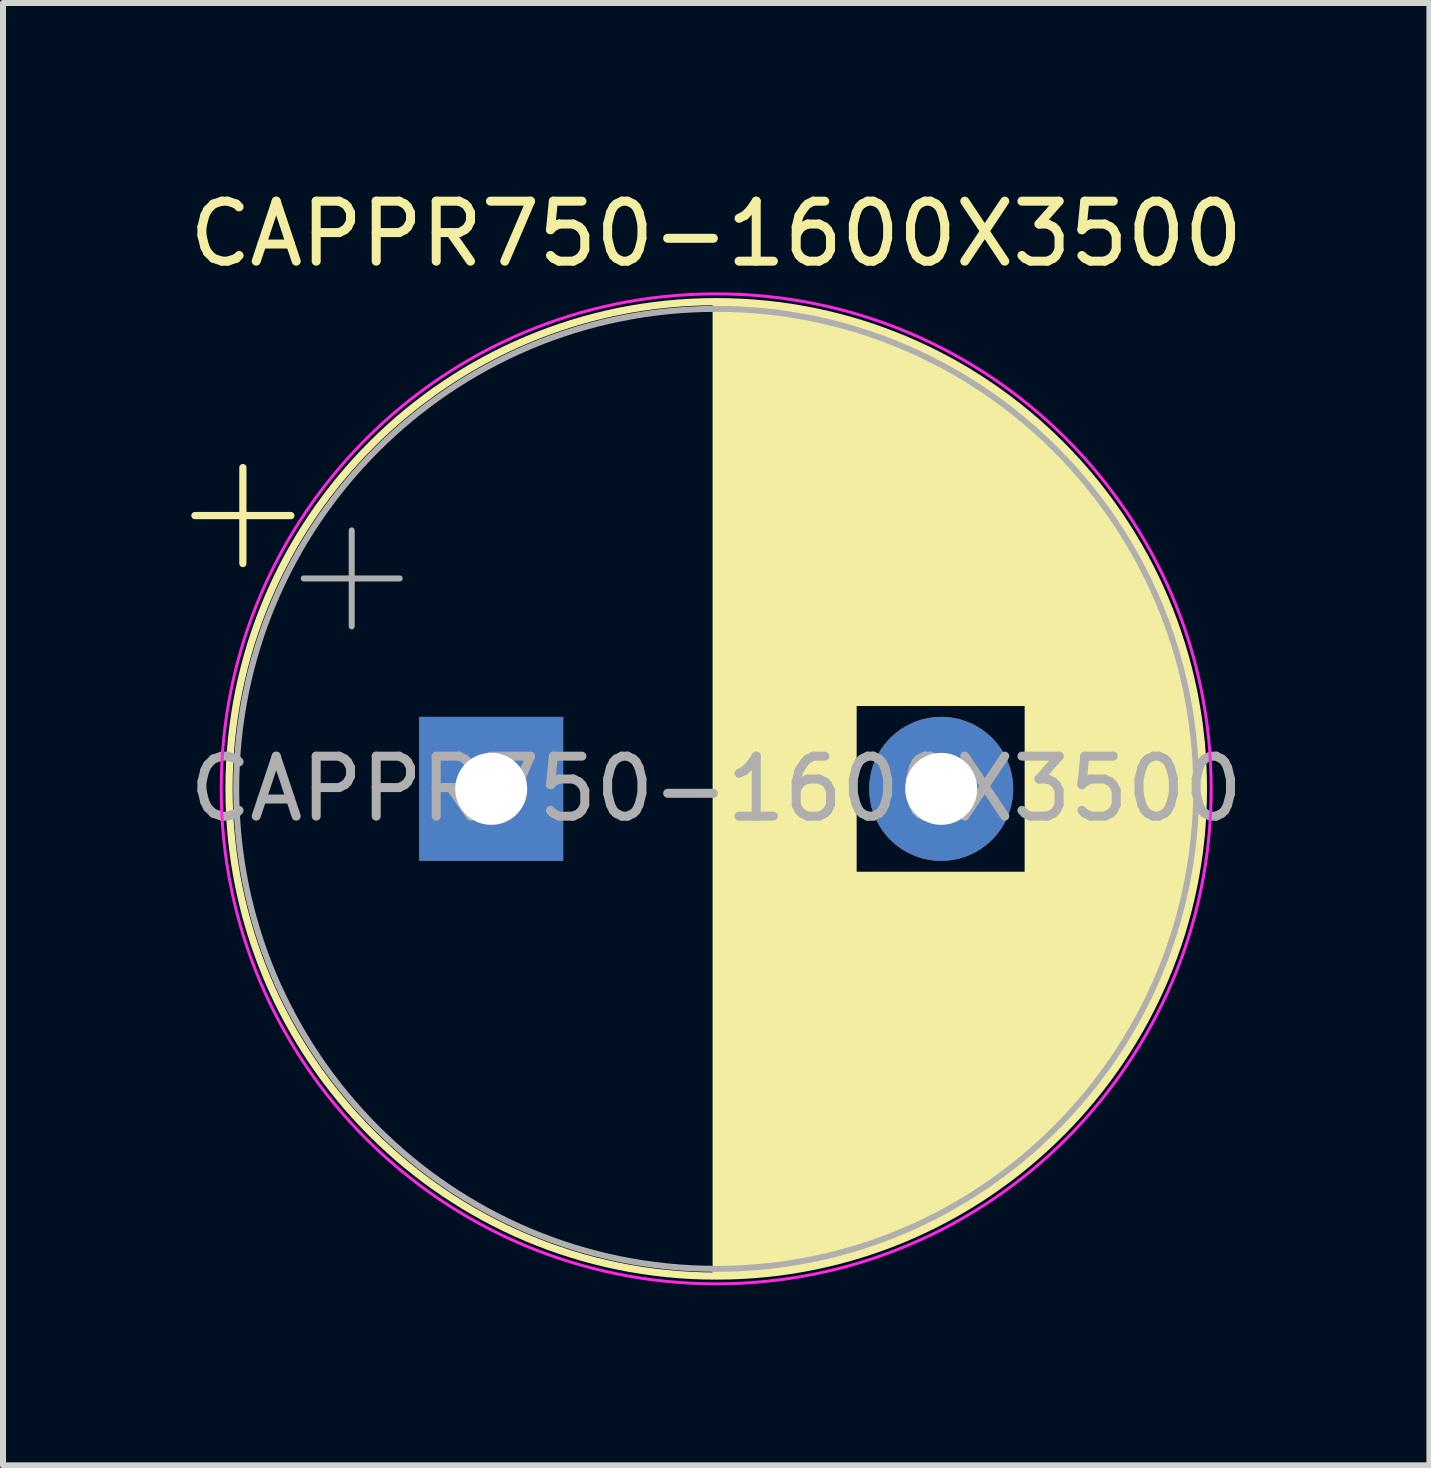
<source format=kicad_pcb>
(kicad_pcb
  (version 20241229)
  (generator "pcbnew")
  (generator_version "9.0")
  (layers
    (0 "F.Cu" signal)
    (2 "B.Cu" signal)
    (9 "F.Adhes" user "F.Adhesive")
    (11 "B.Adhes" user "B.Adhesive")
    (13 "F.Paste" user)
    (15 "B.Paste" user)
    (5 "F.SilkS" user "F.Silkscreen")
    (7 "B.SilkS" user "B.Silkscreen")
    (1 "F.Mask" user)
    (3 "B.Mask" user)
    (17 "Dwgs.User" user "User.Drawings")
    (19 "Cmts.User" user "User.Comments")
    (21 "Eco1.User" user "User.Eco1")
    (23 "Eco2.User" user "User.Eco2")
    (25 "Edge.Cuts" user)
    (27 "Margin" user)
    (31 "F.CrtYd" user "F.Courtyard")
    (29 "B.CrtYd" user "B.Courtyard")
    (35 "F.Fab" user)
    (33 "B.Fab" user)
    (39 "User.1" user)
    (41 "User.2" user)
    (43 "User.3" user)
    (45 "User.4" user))
  (footprint "CAPPR750-1600X3500"
    (layer "F.Cu")
    (at 5.137 10.098)
    (property "Reference" "CAPPR750-1600X3500" (at 3.75 -9.25 0) (layer "F.SilkS") (effects (font (size 1 1) (thickness 0.15))))
    (attr through_hole)
    (fp_line (start -4.939 -4.555) (end -3.339 -4.555) (stroke (width 0.12) (type solid)) (layer "F.SilkS"))
    (fp_line (start -4.139 -5.355) (end -4.139 -3.755) (stroke (width 0.12) (type solid)) (layer "F.SilkS"))
    (fp_line (start 3.75 -8.081) (end 3.75 8.081) (stroke (width 0.12) (type solid)) (layer "F.SilkS"))
    (fp_line (start 3.79 -8.08) (end 3.79 8.08) (stroke (width 0.12) (type solid)) (layer "F.SilkS"))
    (fp_line (start 3.83 -8.08) (end 3.83 8.08) (stroke (width 0.12) (type solid)) (layer "F.SilkS"))
    (fp_line (start 3.87 -8.08) (end 3.87 8.08) (stroke (width 0.12) (type solid)) (layer "F.SilkS"))
    (fp_line (start 3.91 -8.079) (end 3.91 8.079) (stroke (width 0.12) (type solid)) (layer "F.SilkS"))
    (fp_line (start 3.95 -8.078) (end 3.95 8.078) (stroke (width 0.12) (type solid)) (layer "F.SilkS"))
    (fp_line (start 3.99 -8.077) (end 3.99 8.077) (stroke (width 0.12) (type solid)) (layer "F.SilkS"))
    (fp_line (start 4.03 -8.076) (end 4.03 8.076) (stroke (width 0.12) (type solid)) (layer "F.SilkS"))
    (fp_line (start 4.07 -8.074) (end 4.07 8.074) (stroke (width 0.12) (type solid)) (layer "F.SilkS"))
    (fp_line (start 4.11 -8.073) (end 4.11 8.073) (stroke (width 0.12) (type solid)) (layer "F.SilkS"))
    (fp_line (start 4.15 -8.071) (end 4.15 8.071) (stroke (width 0.12) (type solid)) (layer "F.SilkS"))
    (fp_line (start 4.19 -8.069) (end 4.19 8.069) (stroke (width 0.12) (type solid)) (layer "F.SilkS"))
    (fp_line (start 4.23 -8.066) (end 4.23 8.066) (stroke (width 0.12) (type solid)) (layer "F.SilkS"))
    (fp_line (start 4.27 -8.064) (end 4.27 8.064) (stroke (width 0.12) (type solid)) (layer "F.SilkS"))
    (fp_line (start 4.31 -8.061) (end 4.31 8.061) (stroke (width 0.12) (type solid)) (layer "F.SilkS"))
    (fp_line (start 4.35 -8.058) (end 4.35 8.058) (stroke (width 0.12) (type solid)) (layer "F.SilkS"))
    (fp_line (start 4.39 -8.055) (end 4.39 8.055) (stroke (width 0.12) (type solid)) (layer "F.SilkS"))
    (fp_line (start 4.43 -8.052) (end 4.43 8.052) (stroke (width 0.12) (type solid)) (layer "F.SilkS"))
    (fp_line (start 4.471 -8.049) (end 4.471 8.049) (stroke (width 0.12) (type solid)) (layer "F.SilkS"))
    (fp_line (start 4.511 -8.045) (end 4.511 8.045) (stroke (width 0.12) (type solid)) (layer "F.SilkS"))
    (fp_line (start 4.551 -8.041) (end 4.551 8.041) (stroke (width 0.12) (type solid)) (layer "F.SilkS"))
    (fp_line (start 4.591 -8.037) (end 4.591 8.037) (stroke (width 0.12) (type solid)) (layer "F.SilkS"))
    (fp_line (start 4.631 -8.033) (end 4.631 8.033) (stroke (width 0.12) (type solid)) (layer "F.SilkS"))
    (fp_line (start 4.671 -8.028) (end 4.671 8.028) (stroke (width 0.12) (type solid)) (layer "F.SilkS"))
    (fp_line (start 4.711 -8.024) (end 4.711 8.024) (stroke (width 0.12) (type solid)) (layer "F.SilkS"))
    (fp_line (start 4.751 -8.019) (end 4.751 8.019) (stroke (width 0.12) (type solid)) (layer "F.SilkS"))
    (fp_line (start 4.791 -8.014) (end 4.791 8.014) (stroke (width 0.12) (type solid)) (layer "F.SilkS"))
    (fp_line (start 4.831 -8.008) (end 4.831 8.008) (stroke (width 0.12) (type solid)) (layer "F.SilkS"))
    (fp_line (start 4.871 -8.003) (end 4.871 8.003) (stroke (width 0.12) (type solid)) (layer "F.SilkS"))
    (fp_line (start 4.911 -7.997) (end 4.911 7.997) (stroke (width 0.12) (type solid)) (layer "F.SilkS"))
    (fp_line (start 4.951 -7.991) (end 4.951 7.991) (stroke (width 0.12) (type solid)) (layer "F.SilkS"))
    (fp_line (start 4.991 -7.985) (end 4.991 7.985) (stroke (width 0.12) (type solid)) (layer "F.SilkS"))
    (fp_line (start 5.031 -7.979) (end 5.031 7.979) (stroke (width 0.12) (type solid)) (layer "F.SilkS"))
    (fp_line (start 5.071 -7.972) (end 5.071 7.972) (stroke (width 0.12) (type solid)) (layer "F.SilkS"))
    (fp_line (start 5.111 -7.966) (end 5.111 7.966) (stroke (width 0.12) (type solid)) (layer "F.SilkS"))
    (fp_line (start 5.151 -7.959) (end 5.151 7.959) (stroke (width 0.12) (type solid)) (layer "F.SilkS"))
    (fp_line (start 5.191 -7.952) (end 5.191 7.952) (stroke (width 0.12) (type solid)) (layer "F.SilkS"))
    (fp_line (start 5.231 -7.944) (end 5.231 7.944) (stroke (width 0.12) (type solid)) (layer "F.SilkS"))
    (fp_line (start 5.271 -7.937) (end 5.271 7.937) (stroke (width 0.12) (type solid)) (layer "F.SilkS"))
    (fp_line (start 5.311 -7.929) (end 5.311 7.929) (stroke (width 0.12) (type solid)) (layer "F.SilkS"))
    (fp_line (start 5.351 -7.921) (end 5.351 7.921) (stroke (width 0.12) (type solid)) (layer "F.SilkS"))
    (fp_line (start 5.391 -7.913) (end 5.391 7.913) (stroke (width 0.12) (type solid)) (layer "F.SilkS"))
    (fp_line (start 5.431 -7.905) (end 5.431 7.905) (stroke (width 0.12) (type solid)) (layer "F.SilkS"))
    (fp_line (start 5.471 -7.896) (end 5.471 7.896) (stroke (width 0.12) (type solid)) (layer "F.SilkS"))
    (fp_line (start 5.511 -7.887) (end 5.511 7.887) (stroke (width 0.12) (type solid)) (layer "F.SilkS"))
    (fp_line (start 5.551 -7.878) (end 5.551 7.878) (stroke (width 0.12) (type solid)) (layer "F.SilkS"))
    (fp_line (start 5.591 -7.869) (end 5.591 7.869) (stroke (width 0.12) (type solid)) (layer "F.SilkS"))
    (fp_line (start 5.631 -7.86) (end 5.631 7.86) (stroke (width 0.12) (type solid)) (layer "F.SilkS"))
    (fp_line (start 5.671 -7.85) (end 5.671 7.85) (stroke (width 0.12) (type solid)) (layer "F.SilkS"))
    (fp_line (start 5.711 -7.84) (end 5.711 7.84) (stroke (width 0.12) (type solid)) (layer "F.SilkS"))
    (fp_line (start 5.751 -7.83) (end 5.751 7.83) (stroke (width 0.12) (type solid)) (layer "F.SilkS"))
    (fp_line (start 5.791 -7.82) (end 5.791 7.82) (stroke (width 0.12) (type solid)) (layer "F.SilkS"))
    (fp_line (start 5.831 -7.81) (end 5.831 7.81) (stroke (width 0.12) (type solid)) (layer "F.SilkS"))
    (fp_line (start 5.871 -7.799) (end 5.871 7.799) (stroke (width 0.12) (type solid)) (layer "F.SilkS"))
    (fp_line (start 5.911 -7.788) (end 5.911 7.788) (stroke (width 0.12) (type solid)) (layer "F.SilkS"))
    (fp_line (start 5.951 -7.777) (end 5.951 7.777) (stroke (width 0.12) (type solid)) (layer "F.SilkS"))
    (fp_line (start 5.991 -7.765) (end 5.991 7.765) (stroke (width 0.12) (type solid)) (layer "F.SilkS"))
    (fp_line (start 6.031 -7.754) (end 6.031 7.754) (stroke (width 0.12) (type solid)) (layer "F.SilkS"))
    (fp_line (start 6.071 -7.742) (end 6.071 -1.44) (stroke (width 0.12) (type solid)) (layer "F.SilkS"))
    (fp_line (start 6.071 1.44) (end 6.071 7.742) (stroke (width 0.12) (type solid)) (layer "F.SilkS"))
    (fp_line (start 6.111 -7.73) (end 6.111 -1.44) (stroke (width 0.12) (type solid)) (layer "F.SilkS"))
    (fp_line (start 6.111 1.44) (end 6.111 7.73) (stroke (width 0.12) (type solid)) (layer "F.SilkS"))
    (fp_line (start 6.151 -7.718) (end 6.151 -1.44) (stroke (width 0.12) (type solid)) (layer "F.SilkS"))
    (fp_line (start 6.151 1.44) (end 6.151 7.718) (stroke (width 0.12) (type solid)) (layer "F.SilkS"))
    (fp_line (start 6.191 -7.705) (end 6.191 -1.44) (stroke (width 0.12) (type solid)) (layer "F.SilkS"))
    (fp_line (start 6.191 1.44) (end 6.191 7.705) (stroke (width 0.12) (type solid)) (layer "F.SilkS"))
    (fp_line (start 6.231 -7.693) (end 6.231 -1.44) (stroke (width 0.12) (type solid)) (layer "F.SilkS"))
    (fp_line (start 6.231 1.44) (end 6.231 7.693) (stroke (width 0.12) (type solid)) (layer "F.SilkS"))
    (fp_line (start 6.271 -7.68) (end 6.271 -1.44) (stroke (width 0.12) (type solid)) (layer "F.SilkS"))
    (fp_line (start 6.271 1.44) (end 6.271 7.68) (stroke (width 0.12) (type solid)) (layer "F.SilkS"))
    (fp_line (start 6.311 -7.666) (end 6.311 -1.44) (stroke (width 0.12) (type solid)) (layer "F.SilkS"))
    (fp_line (start 6.311 1.44) (end 6.311 7.666) (stroke (width 0.12) (type solid)) (layer "F.SilkS"))
    (fp_line (start 6.351 -7.653) (end 6.351 -1.44) (stroke (width 0.12) (type solid)) (layer "F.SilkS"))
    (fp_line (start 6.351 1.44) (end 6.351 7.653) (stroke (width 0.12) (type solid)) (layer "F.SilkS"))
    (fp_line (start 6.391 -7.639) (end 6.391 -1.44) (stroke (width 0.12) (type solid)) (layer "F.SilkS"))
    (fp_line (start 6.391 1.44) (end 6.391 7.639) (stroke (width 0.12) (type solid)) (layer "F.SilkS"))
    (fp_line (start 6.431 -7.625) (end 6.431 -1.44) (stroke (width 0.12) (type solid)) (layer "F.SilkS"))
    (fp_line (start 6.431 1.44) (end 6.431 7.625) (stroke (width 0.12) (type solid)) (layer "F.SilkS"))
    (fp_line (start 6.471 -7.611) (end 6.471 -1.44) (stroke (width 0.12) (type solid)) (layer "F.SilkS"))
    (fp_line (start 6.471 1.44) (end 6.471 7.611) (stroke (width 0.12) (type solid)) (layer "F.SilkS"))
    (fp_line (start 6.511 -7.597) (end 6.511 -1.44) (stroke (width 0.12) (type solid)) (layer "F.SilkS"))
    (fp_line (start 6.511 1.44) (end 6.511 7.597) (stroke (width 0.12) (type solid)) (layer "F.SilkS"))
    (fp_line (start 6.551 -7.582) (end 6.551 -1.44) (stroke (width 0.12) (type solid)) (layer "F.SilkS"))
    (fp_line (start 6.551 1.44) (end 6.551 7.582) (stroke (width 0.12) (type solid)) (layer "F.SilkS"))
    (fp_line (start 6.591 -7.568) (end 6.591 -1.44) (stroke (width 0.12) (type solid)) (layer "F.SilkS"))
    (fp_line (start 6.591 1.44) (end 6.591 7.568) (stroke (width 0.12) (type solid)) (layer "F.SilkS"))
    (fp_line (start 6.631 -7.553) (end 6.631 -1.44) (stroke (width 0.12) (type solid)) (layer "F.SilkS"))
    (fp_line (start 6.631 1.44) (end 6.631 7.553) (stroke (width 0.12) (type solid)) (layer "F.SilkS"))
    (fp_line (start 6.671 -7.537) (end 6.671 -1.44) (stroke (width 0.12) (type solid)) (layer "F.SilkS"))
    (fp_line (start 6.671 1.44) (end 6.671 7.537) (stroke (width 0.12) (type solid)) (layer "F.SilkS"))
    (fp_line (start 6.711 -7.522) (end 6.711 -1.44) (stroke (width 0.12) (type solid)) (layer "F.SilkS"))
    (fp_line (start 6.711 1.44) (end 6.711 7.522) (stroke (width 0.12) (type solid)) (layer "F.SilkS"))
    (fp_line (start 6.751 -7.506) (end 6.751 -1.44) (stroke (width 0.12) (type solid)) (layer "F.SilkS"))
    (fp_line (start 6.751 1.44) (end 6.751 7.506) (stroke (width 0.12) (type solid)) (layer "F.SilkS"))
    (fp_line (start 6.791 -7.49) (end 6.791 -1.44) (stroke (width 0.12) (type solid)) (layer "F.SilkS"))
    (fp_line (start 6.791 1.44) (end 6.791 7.49) (stroke (width 0.12) (type solid)) (layer "F.SilkS"))
    (fp_line (start 6.831 -7.474) (end 6.831 -1.44) (stroke (width 0.12) (type solid)) (layer "F.SilkS"))
    (fp_line (start 6.831 1.44) (end 6.831 7.474) (stroke (width 0.12) (type solid)) (layer "F.SilkS"))
    (fp_line (start 6.871 -7.457) (end 6.871 -1.44) (stroke (width 0.12) (type solid)) (layer "F.SilkS"))
    (fp_line (start 6.871 1.44) (end 6.871 7.457) (stroke (width 0.12) (type solid)) (layer "F.SilkS"))
    (fp_line (start 6.911 -7.44) (end 6.911 -1.44) (stroke (width 0.12) (type solid)) (layer "F.SilkS"))
    (fp_line (start 6.911 1.44) (end 6.911 7.44) (stroke (width 0.12) (type solid)) (layer "F.SilkS"))
    (fp_line (start 6.951 -7.423) (end 6.951 -1.44) (stroke (width 0.12) (type solid)) (layer "F.SilkS"))
    (fp_line (start 6.951 1.44) (end 6.951 7.423) (stroke (width 0.12) (type solid)) (layer "F.SilkS"))
    (fp_line (start 6.991 -7.406) (end 6.991 -1.44) (stroke (width 0.12) (type solid)) (layer "F.SilkS"))
    (fp_line (start 6.991 1.44) (end 6.991 7.406) (stroke (width 0.12) (type solid)) (layer "F.SilkS"))
    (fp_line (start 7.031 -7.389) (end 7.031 -1.44) (stroke (width 0.12) (type solid)) (layer "F.SilkS"))
    (fp_line (start 7.031 1.44) (end 7.031 7.389) (stroke (width 0.12) (type solid)) (layer "F.SilkS"))
    (fp_line (start 7.071 -7.371) (end 7.071 -1.44) (stroke (width 0.12) (type solid)) (layer "F.SilkS"))
    (fp_line (start 7.071 1.44) (end 7.071 7.371) (stroke (width 0.12) (type solid)) (layer "F.SilkS"))
    (fp_line (start 7.111 -7.353) (end 7.111 -1.44) (stroke (width 0.12) (type solid)) (layer "F.SilkS"))
    (fp_line (start 7.111 1.44) (end 7.111 7.353) (stroke (width 0.12) (type solid)) (layer "F.SilkS"))
    (fp_line (start 7.151 -7.334) (end 7.151 -1.44) (stroke (width 0.12) (type solid)) (layer "F.SilkS"))
    (fp_line (start 7.151 1.44) (end 7.151 7.334) (stroke (width 0.12) (type solid)) (layer "F.SilkS"))
    (fp_line (start 7.191 -7.316) (end 7.191 -1.44) (stroke (width 0.12) (type solid)) (layer "F.SilkS"))
    (fp_line (start 7.191 1.44) (end 7.191 7.316) (stroke (width 0.12) (type solid)) (layer "F.SilkS"))
    (fp_line (start 7.231 -7.297) (end 7.231 -1.44) (stroke (width 0.12) (type solid)) (layer "F.SilkS"))
    (fp_line (start 7.231 1.44) (end 7.231 7.297) (stroke (width 0.12) (type solid)) (layer "F.SilkS"))
    (fp_line (start 7.271 -7.278) (end 7.271 -1.44) (stroke (width 0.12) (type solid)) (layer "F.SilkS"))
    (fp_line (start 7.271 1.44) (end 7.271 7.278) (stroke (width 0.12) (type solid)) (layer "F.SilkS"))
    (fp_line (start 7.311 -7.258) (end 7.311 -1.44) (stroke (width 0.12) (type solid)) (layer "F.SilkS"))
    (fp_line (start 7.311 1.44) (end 7.311 7.258) (stroke (width 0.12) (type solid)) (layer "F.SilkS"))
    (fp_line (start 7.351 -7.239) (end 7.351 -1.44) (stroke (width 0.12) (type solid)) (layer "F.SilkS"))
    (fp_line (start 7.351 1.44) (end 7.351 7.239) (stroke (width 0.12) (type solid)) (layer "F.SilkS"))
    (fp_line (start 7.391 -7.219) (end 7.391 -1.44) (stroke (width 0.12) (type solid)) (layer "F.SilkS"))
    (fp_line (start 7.391 1.44) (end 7.391 7.219) (stroke (width 0.12) (type solid)) (layer "F.SilkS"))
    (fp_line (start 7.431 -7.199) (end 7.431 -1.44) (stroke (width 0.12) (type solid)) (layer "F.SilkS"))
    (fp_line (start 7.431 1.44) (end 7.431 7.199) (stroke (width 0.12) (type solid)) (layer "F.SilkS"))
    (fp_line (start 7.471 -7.178) (end 7.471 -1.44) (stroke (width 0.12) (type solid)) (layer "F.SilkS"))
    (fp_line (start 7.471 1.44) (end 7.471 7.178) (stroke (width 0.12) (type solid)) (layer "F.SilkS"))
    (fp_line (start 7.511 -7.157) (end 7.511 -1.44) (stroke (width 0.12) (type solid)) (layer "F.SilkS"))
    (fp_line (start 7.511 1.44) (end 7.511 7.157) (stroke (width 0.12) (type solid)) (layer "F.SilkS"))
    (fp_line (start 7.551 -7.136) (end 7.551 -1.44) (stroke (width 0.12) (type solid)) (layer "F.SilkS"))
    (fp_line (start 7.551 1.44) (end 7.551 7.136) (stroke (width 0.12) (type solid)) (layer "F.SilkS"))
    (fp_line (start 7.591 -7.115) (end 7.591 -1.44) (stroke (width 0.12) (type solid)) (layer "F.SilkS"))
    (fp_line (start 7.591 1.44) (end 7.591 7.115) (stroke (width 0.12) (type solid)) (layer "F.SilkS"))
    (fp_line (start 7.631 -7.094) (end 7.631 -1.44) (stroke (width 0.12) (type solid)) (layer "F.SilkS"))
    (fp_line (start 7.631 1.44) (end 7.631 7.094) (stroke (width 0.12) (type solid)) (layer "F.SilkS"))
    (fp_line (start 7.671 -7.072) (end 7.671 -1.44) (stroke (width 0.12) (type solid)) (layer "F.SilkS"))
    (fp_line (start 7.671 1.44) (end 7.671 7.072) (stroke (width 0.12) (type solid)) (layer "F.SilkS"))
    (fp_line (start 7.711 -7.049) (end 7.711 -1.44) (stroke (width 0.12) (type solid)) (layer "F.SilkS"))
    (fp_line (start 7.711 1.44) (end 7.711 7.049) (stroke (width 0.12) (type solid)) (layer "F.SilkS"))
    (fp_line (start 7.751 -7.027) (end 7.751 -1.44) (stroke (width 0.12) (type solid)) (layer "F.SilkS"))
    (fp_line (start 7.751 1.44) (end 7.751 7.027) (stroke (width 0.12) (type solid)) (layer "F.SilkS"))
    (fp_line (start 7.791 -7.004) (end 7.791 -1.44) (stroke (width 0.12) (type solid)) (layer "F.SilkS"))
    (fp_line (start 7.791 1.44) (end 7.791 7.004) (stroke (width 0.12) (type solid)) (layer "F.SilkS"))
    (fp_line (start 7.831 -6.981) (end 7.831 -1.44) (stroke (width 0.12) (type solid)) (layer "F.SilkS"))
    (fp_line (start 7.831 1.44) (end 7.831 6.981) (stroke (width 0.12) (type solid)) (layer "F.SilkS"))
    (fp_line (start 7.871 -6.958) (end 7.871 -1.44) (stroke (width 0.12) (type solid)) (layer "F.SilkS"))
    (fp_line (start 7.871 1.44) (end 7.871 6.958) (stroke (width 0.12) (type solid)) (layer "F.SilkS"))
    (fp_line (start 7.911 -6.934) (end 7.911 -1.44) (stroke (width 0.12) (type solid)) (layer "F.SilkS"))
    (fp_line (start 7.911 1.44) (end 7.911 6.934) (stroke (width 0.12) (type solid)) (layer "F.SilkS"))
    (fp_line (start 7.951 -6.91) (end 7.951 -1.44) (stroke (width 0.12) (type solid)) (layer "F.SilkS"))
    (fp_line (start 7.951 1.44) (end 7.951 6.91) (stroke (width 0.12) (type solid)) (layer "F.SilkS"))
    (fp_line (start 7.991 -6.886) (end 7.991 -1.44) (stroke (width 0.12) (type solid)) (layer "F.SilkS"))
    (fp_line (start 7.991 1.44) (end 7.991 6.886) (stroke (width 0.12) (type solid)) (layer "F.SilkS"))
    (fp_line (start 8.031 -6.861) (end 8.031 -1.44) (stroke (width 0.12) (type solid)) (layer "F.SilkS"))
    (fp_line (start 8.031 1.44) (end 8.031 6.861) (stroke (width 0.12) (type solid)) (layer "F.SilkS"))
    (fp_line (start 8.071 -6.836) (end 8.071 -1.44) (stroke (width 0.12) (type solid)) (layer "F.SilkS"))
    (fp_line (start 8.071 1.44) (end 8.071 6.836) (stroke (width 0.12) (type solid)) (layer "F.SilkS"))
    (fp_line (start 8.111 -6.811) (end 8.111 -1.44) (stroke (width 0.12) (type solid)) (layer "F.SilkS"))
    (fp_line (start 8.111 1.44) (end 8.111 6.811) (stroke (width 0.12) (type solid)) (layer "F.SilkS"))
    (fp_line (start 8.151 -6.785) (end 8.151 -1.44) (stroke (width 0.12) (type solid)) (layer "F.SilkS"))
    (fp_line (start 8.151 1.44) (end 8.151 6.785) (stroke (width 0.12) (type solid)) (layer "F.SilkS"))
    (fp_line (start 8.191 -6.759) (end 8.191 -1.44) (stroke (width 0.12) (type solid)) (layer "F.SilkS"))
    (fp_line (start 8.191 1.44) (end 8.191 6.759) (stroke (width 0.12) (type solid)) (layer "F.SilkS"))
    (fp_line (start 8.231 -6.733) (end 8.231 -1.44) (stroke (width 0.12) (type solid)) (layer "F.SilkS"))
    (fp_line (start 8.231 1.44) (end 8.231 6.733) (stroke (width 0.12) (type solid)) (layer "F.SilkS"))
    (fp_line (start 8.271 -6.706) (end 8.271 -1.44) (stroke (width 0.12) (type solid)) (layer "F.SilkS"))
    (fp_line (start 8.271 1.44) (end 8.271 6.706) (stroke (width 0.12) (type solid)) (layer "F.SilkS"))
    (fp_line (start 8.311 -6.679) (end 8.311 -1.44) (stroke (width 0.12) (type solid)) (layer "F.SilkS"))
    (fp_line (start 8.311 1.44) (end 8.311 6.679) (stroke (width 0.12) (type solid)) (layer "F.SilkS"))
    (fp_line (start 8.351 -6.652) (end 8.351 -1.44) (stroke (width 0.12) (type solid)) (layer "F.SilkS"))
    (fp_line (start 8.351 1.44) (end 8.351 6.652) (stroke (width 0.12) (type solid)) (layer "F.SilkS"))
    (fp_line (start 8.391 -6.624) (end 8.391 -1.44) (stroke (width 0.12) (type solid)) (layer "F.SilkS"))
    (fp_line (start 8.391 1.44) (end 8.391 6.624) (stroke (width 0.12) (type solid)) (layer "F.SilkS"))
    (fp_line (start 8.431 -6.596) (end 8.431 -1.44) (stroke (width 0.12) (type solid)) (layer "F.SilkS"))
    (fp_line (start 8.431 1.44) (end 8.431 6.596) (stroke (width 0.12) (type solid)) (layer "F.SilkS"))
    (fp_line (start 8.471 -6.568) (end 8.471 -1.44) (stroke (width 0.12) (type solid)) (layer "F.SilkS"))
    (fp_line (start 8.471 1.44) (end 8.471 6.568) (stroke (width 0.12) (type solid)) (layer "F.SilkS"))
    (fp_line (start 8.511 -6.539) (end 8.511 -1.44) (stroke (width 0.12) (type solid)) (layer "F.SilkS"))
    (fp_line (start 8.511 1.44) (end 8.511 6.539) (stroke (width 0.12) (type solid)) (layer "F.SilkS"))
    (fp_line (start 8.551 -6.51) (end 8.551 -1.44) (stroke (width 0.12) (type solid)) (layer "F.SilkS"))
    (fp_line (start 8.551 1.44) (end 8.551 6.51) (stroke (width 0.12) (type solid)) (layer "F.SilkS"))
    (fp_line (start 8.591 -6.48) (end 8.591 -1.44) (stroke (width 0.12) (type solid)) (layer "F.SilkS"))
    (fp_line (start 8.591 1.44) (end 8.591 6.48) (stroke (width 0.12) (type solid)) (layer "F.SilkS"))
    (fp_line (start 8.631 -6.45) (end 8.631 -1.44) (stroke (width 0.12) (type solid)) (layer "F.SilkS"))
    (fp_line (start 8.631 1.44) (end 8.631 6.45) (stroke (width 0.12) (type solid)) (layer "F.SilkS"))
    (fp_line (start 8.671 -6.42) (end 8.671 -1.44) (stroke (width 0.12) (type solid)) (layer "F.SilkS"))
    (fp_line (start 8.671 1.44) (end 8.671 6.42) (stroke (width 0.12) (type solid)) (layer "F.SilkS"))
    (fp_line (start 8.711 -6.39) (end 8.711 -1.44) (stroke (width 0.12) (type solid)) (layer "F.SilkS"))
    (fp_line (start 8.711 1.44) (end 8.711 6.39) (stroke (width 0.12) (type solid)) (layer "F.SilkS"))
    (fp_line (start 8.751 -6.358) (end 8.751 -1.44) (stroke (width 0.12) (type solid)) (layer "F.SilkS"))
    (fp_line (start 8.751 1.44) (end 8.751 6.358) (stroke (width 0.12) (type solid)) (layer "F.SilkS"))
    (fp_line (start 8.791 -6.327) (end 8.791 -1.44) (stroke (width 0.12) (type solid)) (layer "F.SilkS"))
    (fp_line (start 8.791 1.44) (end 8.791 6.327) (stroke (width 0.12) (type solid)) (layer "F.SilkS"))
    (fp_line (start 8.831 -6.295) (end 8.831 -1.44) (stroke (width 0.12) (type solid)) (layer "F.SilkS"))
    (fp_line (start 8.831 1.44) (end 8.831 6.295) (stroke (width 0.12) (type solid)) (layer "F.SilkS"))
    (fp_line (start 8.871 -6.263) (end 8.871 -1.44) (stroke (width 0.12) (type solid)) (layer "F.SilkS"))
    (fp_line (start 8.871 1.44) (end 8.871 6.263) (stroke (width 0.12) (type solid)) (layer "F.SilkS"))
    (fp_line (start 8.911 -6.23) (end 8.911 -1.44) (stroke (width 0.12) (type solid)) (layer "F.SilkS"))
    (fp_line (start 8.911 1.44) (end 8.911 6.23) (stroke (width 0.12) (type solid)) (layer "F.SilkS"))
    (fp_line (start 8.951 -6.197) (end 8.951 6.197) (stroke (width 0.12) (type solid)) (layer "F.SilkS"))
    (fp_line (start 8.991 -6.163) (end 8.991 6.163) (stroke (width 0.12) (type solid)) (layer "F.SilkS"))
    (fp_line (start 9.031 -6.129) (end 9.031 6.129) (stroke (width 0.12) (type solid)) (layer "F.SilkS"))
    (fp_line (start 9.071 -6.095) (end 9.071 6.095) (stroke (width 0.12) (type solid)) (layer "F.SilkS"))
    (fp_line (start 9.111 -6.06) (end 9.111 6.06) (stroke (width 0.12) (type solid)) (layer "F.SilkS"))
    (fp_line (start 9.151 -6.025) (end 9.151 6.025) (stroke (width 0.12) (type solid)) (layer "F.SilkS"))
    (fp_line (start 9.191 -5.989) (end 9.191 5.989) (stroke (width 0.12) (type solid)) (layer "F.SilkS"))
    (fp_line (start 9.231 -5.952) (end 9.231 5.952) (stroke (width 0.12) (type solid)) (layer "F.SilkS"))
    (fp_line (start 9.271 -5.916) (end 9.271 5.916) (stroke (width 0.12) (type solid)) (layer "F.SilkS"))
    (fp_line (start 9.311 -5.878) (end 9.311 5.878) (stroke (width 0.12) (type solid)) (layer "F.SilkS"))
    (fp_line (start 9.351 -5.84) (end 9.351 5.84) (stroke (width 0.12) (type solid)) (layer "F.SilkS"))
    (fp_line (start 9.391 -5.802) (end 9.391 5.802) (stroke (width 0.12) (type solid)) (layer "F.SilkS"))
    (fp_line (start 9.431 -5.763) (end 9.431 5.763) (stroke (width 0.12) (type solid)) (layer "F.SilkS"))
    (fp_line (start 9.471 -5.724) (end 9.471 5.724) (stroke (width 0.12) (type solid)) (layer "F.SilkS"))
    (fp_line (start 9.511 -5.684) (end 9.511 5.684) (stroke (width 0.12) (type solid)) (layer "F.SilkS"))
    (fp_line (start 9.551 -5.643) (end 9.551 5.643) (stroke (width 0.12) (type solid)) (layer "F.SilkS"))
    (fp_line (start 9.591 -5.602) (end 9.591 5.602) (stroke (width 0.12) (type solid)) (layer "F.SilkS"))
    (fp_line (start 9.631 -5.56) (end 9.631 5.56) (stroke (width 0.12) (type solid)) (layer "F.SilkS"))
    (fp_line (start 9.671 -5.518) (end 9.671 5.518) (stroke (width 0.12) (type solid)) (layer "F.SilkS"))
    (fp_line (start 9.711 -5.475) (end 9.711 5.475) (stroke (width 0.12) (type solid)) (layer "F.SilkS"))
    (fp_line (start 9.751 -5.432) (end 9.751 5.432) (stroke (width 0.12) (type solid)) (layer "F.SilkS"))
    (fp_line (start 9.791 -5.388) (end 9.791 5.388) (stroke (width 0.12) (type solid)) (layer "F.SilkS"))
    (fp_line (start 9.831 -5.343) (end 9.831 5.343) (stroke (width 0.12) (type solid)) (layer "F.SilkS"))
    (fp_line (start 9.871 -5.297) (end 9.871 5.297) (stroke (width 0.12) (type solid)) (layer "F.SilkS"))
    (fp_line (start 9.911 -5.251) (end 9.911 5.251) (stroke (width 0.12) (type solid)) (layer "F.SilkS"))
    (fp_line (start 9.951 -5.204) (end 9.951 5.204) (stroke (width 0.12) (type solid)) (layer "F.SilkS"))
    (fp_line (start 9.991 -5.156) (end 9.991 5.156) (stroke (width 0.12) (type solid)) (layer "F.SilkS"))
    (fp_line (start 10.031 -5.108) (end 10.031 5.108) (stroke (width 0.12) (type solid)) (layer "F.SilkS"))
    (fp_line (start 10.071 -5.059) (end 10.071 5.059) (stroke (width 0.12) (type solid)) (layer "F.SilkS"))
    (fp_line (start 10.111 -5.009) (end 10.111 5.009) (stroke (width 0.12) (type solid)) (layer "F.SilkS"))
    (fp_line (start 10.151 -4.958) (end 10.151 4.958) (stroke (width 0.12) (type solid)) (layer "F.SilkS"))
    (fp_line (start 10.191 -4.906) (end 10.191 4.906) (stroke (width 0.12) (type solid)) (layer "F.SilkS"))
    (fp_line (start 10.231 -4.854) (end 10.231 4.854) (stroke (width 0.12) (type solid)) (layer "F.SilkS"))
    (fp_line (start 10.271 -4.8) (end 10.271 4.8) (stroke (width 0.12) (type solid)) (layer "F.SilkS"))
    (fp_line (start 10.311 -4.746) (end 10.311 4.746) (stroke (width 0.12) (type solid)) (layer "F.SilkS"))
    (fp_line (start 10.351 -4.691) (end 10.351 4.691) (stroke (width 0.12) (type solid)) (layer "F.SilkS"))
    (fp_line (start 10.391 -4.634) (end 10.391 4.634) (stroke (width 0.12) (type solid)) (layer "F.SilkS"))
    (fp_line (start 10.431 -4.577) (end 10.431 4.577) (stroke (width 0.12) (type solid)) (layer "F.SilkS"))
    (fp_line (start 10.471 -4.519) (end 10.471 4.519) (stroke (width 0.12) (type solid)) (layer "F.SilkS"))
    (fp_line (start 10.511 -4.459) (end 10.511 4.459) (stroke (width 0.12) (type solid)) (layer "F.SilkS"))
    (fp_line (start 10.551 -4.398) (end 10.551 4.398) (stroke (width 0.12) (type solid)) (layer "F.SilkS"))
    (fp_line (start 10.591 -4.336) (end 10.591 4.336) (stroke (width 0.12) (type solid)) (layer "F.SilkS"))
    (fp_line (start 10.631 -4.273) (end 10.631 4.273) (stroke (width 0.12) (type solid)) (layer "F.SilkS"))
    (fp_line (start 10.671 -4.209) (end 10.671 4.209) (stroke (width 0.12) (type solid)) (layer "F.SilkS"))
    (fp_line (start 10.711 -4.143) (end 10.711 4.143) (stroke (width 0.12) (type solid)) (layer "F.SilkS"))
    (fp_line (start 10.751 -4.076) (end 10.751 4.076) (stroke (width 0.12) (type solid)) (layer "F.SilkS"))
    (fp_line (start 10.791 -4.007) (end 10.791 4.007) (stroke (width 0.12) (type solid)) (layer "F.SilkS"))
    (fp_line (start 10.831 -3.936) (end 10.831 3.936) (stroke (width 0.12) (type solid)) (layer "F.SilkS"))
    (fp_line (start 10.871 -3.864) (end 10.871 3.864) (stroke (width 0.12) (type solid)) (layer "F.SilkS"))
    (fp_line (start 10.911 -3.79) (end 10.911 3.79) (stroke (width 0.12) (type solid)) (layer "F.SilkS"))
    (fp_line (start 10.951 -3.715) (end 10.951 3.715) (stroke (width 0.12) (type solid)) (layer "F.SilkS"))
    (fp_line (start 10.991 -3.637) (end 10.991 3.637) (stroke (width 0.12) (type solid)) (layer "F.SilkS"))
    (fp_line (start 11.031 -3.557) (end 11.031 3.557) (stroke (width 0.12) (type solid)) (layer "F.SilkS"))
    (fp_line (start 11.071 -3.475) (end 11.071 3.475) (stroke (width 0.12) (type solid)) (layer "F.SilkS"))
    (fp_line (start 11.111 -3.39) (end 11.111 3.39) (stroke (width 0.12) (type solid)) (layer "F.SilkS"))
    (fp_line (start 11.151 -3.303) (end 11.151 3.303) (stroke (width 0.12) (type solid)) (layer "F.SilkS"))
    (fp_line (start 11.191 -3.213) (end 11.191 3.213) (stroke (width 0.12) (type solid)) (layer "F.SilkS"))
    (fp_line (start 11.231 -3.12) (end 11.231 3.12) (stroke (width 0.12) (type solid)) (layer "F.SilkS"))
    (fp_line (start 11.271 -3.024) (end 11.271 3.024) (stroke (width 0.12) (type solid)) (layer "F.SilkS"))
    (fp_line (start 11.311 -2.924) (end 11.311 2.924) (stroke (width 0.12) (type solid)) (layer "F.SilkS"))
    (fp_line (start 11.351 -2.82) (end 11.351 2.82) (stroke (width 0.12) (type solid)) (layer "F.SilkS"))
    (fp_line (start 11.391 -2.711) (end 11.391 2.711) (stroke (width 0.12) (type solid)) (layer "F.SilkS"))
    (fp_line (start 11.431 -2.597) (end 11.431 2.597) (stroke (width 0.12) (type solid)) (layer "F.SilkS"))
    (fp_line (start 11.471 -2.478) (end 11.471 2.478) (stroke (width 0.12) (type solid)) (layer "F.SilkS"))
    (fp_line (start 11.511 -2.351) (end 11.511 2.351) (stroke (width 0.12) (type solid)) (layer "F.SilkS"))
    (fp_line (start 11.551 -2.218) (end 11.551 2.218) (stroke (width 0.12) (type solid)) (layer "F.SilkS"))
    (fp_line (start 11.591 -2.074) (end 11.591 2.074) (stroke (width 0.12) (type solid)) (layer "F.SilkS"))
    (fp_line (start 11.631 -1.92) (end 11.631 1.92) (stroke (width 0.12) (type solid)) (layer "F.SilkS"))
    (fp_line (start 11.671 -1.752) (end 11.671 1.752) (stroke (width 0.12) (type solid)) (layer "F.SilkS"))
    (fp_line (start 11.711 -1.564) (end 11.711 1.564) (stroke (width 0.12) (type solid)) (layer "F.SilkS"))
    (fp_line (start 11.751 -1.351) (end 11.751 1.351) (stroke (width 0.12) (type solid)) (layer "F.SilkS"))
    (fp_line (start 11.791 -1.098) (end 11.791 1.098) (stroke (width 0.12) (type solid)) (layer "F.SilkS"))
    (fp_line (start 11.831 -0.765) (end 11.831 0.765) (stroke (width 0.12) (type solid)) (layer "F.SilkS"))
    (fp_circle (center 3.75 0) (end 11.87 0) (stroke (width 0.12) (type solid)) (fill no) (layer "F.SilkS"))
    (fp_circle (center 3.75 0) (end 12 0) (stroke (width 0.05) (type solid)) (fill no) (layer "F.CrtYd"))
    (fp_line (start -3.125 -3.507) (end -1.525 -3.507) (stroke (width 0.1) (type solid)) (layer "F.Fab"))
    (fp_line (start -2.325 -4.308) (end -2.325 -2.708) (stroke (width 0.1) (type solid)) (layer "F.Fab"))
    (fp_circle (center 3.75 0) (end 11.75 0) (stroke (width 0.1) (type solid)) (fill no) (layer "F.Fab"))
    (fp_text user "${REFERENCE}" (at 3.75 0 0) (layer "F.Fab") (effects (font (size 1 1) (thickness 0.15))))
    (pad "1" thru_hole rect (at 0 0) (size 2.4 2.4) (drill 1.2) (layers "*.Cu" "*.Mask"))
    (pad "2" thru_hole circle (at 7.5 0) (size 2.4 2.4) (drill 1.2) (layers "*.Cu" "*.Mask")))
  (gr_rect
    (start -3 -3)
    (end 20.774 21.373)
    (stroke (width 0.1) (type default))
    (fill no)
    (layer "Edge.Cuts")))
</source>
